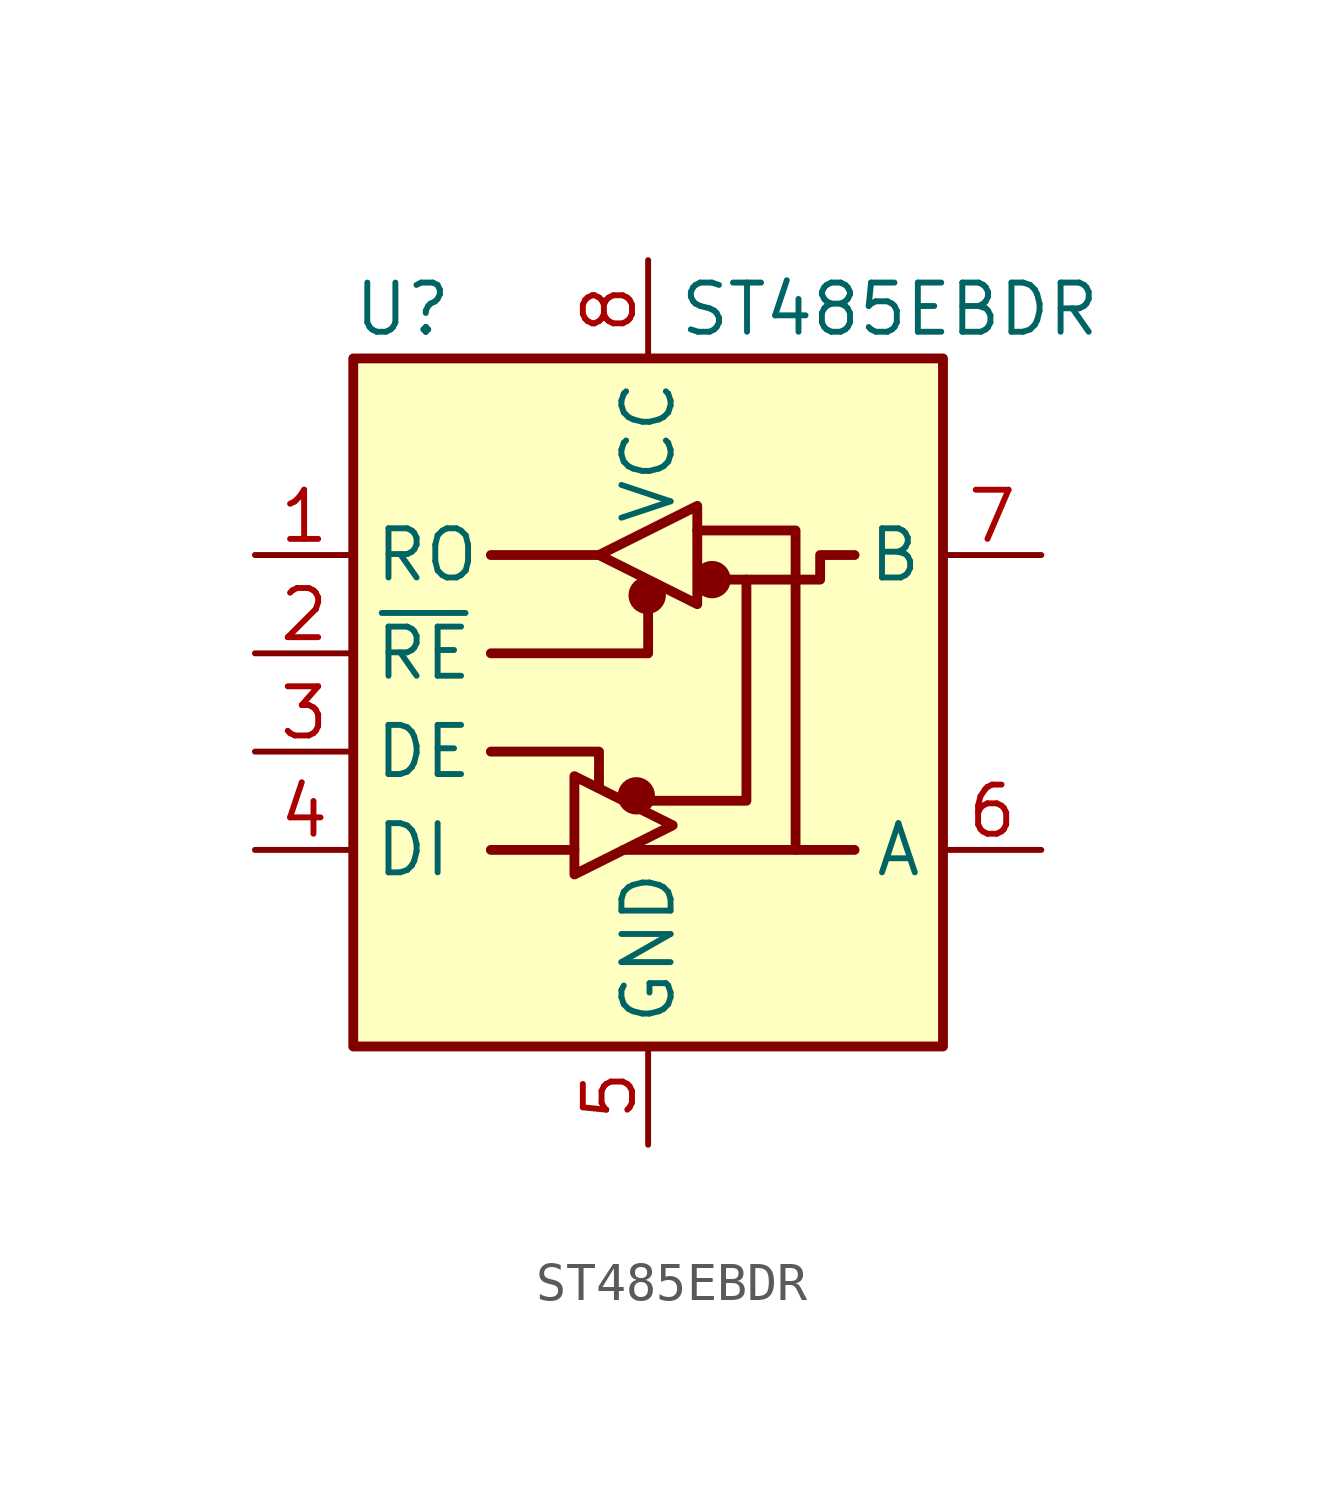
<source format=kicad_sym>
(kicad_symbol_lib
  (version 20211014)
  (generator kicad_symbol_editor)
  (symbol "ST485EBDR"
    (property "Reference" "U"
      (at -6.35 8.89 0)
      (effects (font (size 1.27 1.27))))
    (property "Value" "ST485EBDR"
      (at 0.762 8.89 0)
      (effects (font (size 1.27 1.27)) (justify left)))
    (symbol "ST485EBDR_0_1"
      (rectangle (start -7.62 7.62) (end 7.62 -10.16) (stroke (width 0.254) (type default) (color 0 0 0 0)) (fill (type background)))
      (circle (center -0.305 -3.683) (radius 0.356) (stroke (width 0.254) (type default) (color 0 0 0 0)) (fill (type outline)))
      (circle (center -0.025 1.499) (radius 0.356) (stroke (width 0.254) (type default) (color 0 0 0 0)) (fill (type outline)))
      (polyline (pts (xy -4.064 -5.08) (xy -1.905 -5.08)) (stroke (width 0.254) (type default) (color 0 0 0 0)) (fill (type none)))
      (polyline (pts (xy -4.064 2.54) (xy -1.27 2.54)) (stroke (width 0.254) (type default) (color 0 0 0 0)) (fill (type none)))
      (polyline (pts (xy -1.27 -3.2) (xy -1.27 -3.454)) (stroke (width 0.254) (type default) (color 0 0 0 0)) (fill (type none)))
      (polyline (pts (xy -0.635 -5.08) (xy 5.334 -5.08)) (stroke (width 0.254) (type default) (color 0 0 0 0)) (fill (type none)))
      (polyline (pts (xy -4.064 -2.54) (xy -1.27 -2.54) (xy -1.27 -3.175)) (stroke (width 0.254) (type default) (color 0 0 0 0)) (fill (type none)))
      (polyline (pts (xy 0 1.27) (xy 0 0) (xy -4.064 0)) (stroke (width 0.254) (type default) (color 0 0 0 0)) (fill (type none)))
      (polyline (pts (xy 1.27 3.175) (xy 3.81 3.175) (xy 3.81 -5.08)) (stroke (width 0.254) (type default) (color 0 0 0 0)) (fill (type none)))
      (polyline (pts (xy 2.54 1.905) (xy 2.54 -3.81) (xy 0 -3.81)) (stroke (width 0.254) (type default) (color 0 0 0 0)) (fill (type none)))
      (polyline (pts (xy -1.905 -3.175) (xy -1.905 -5.715) (xy 0.635 -4.445) (xy -1.905 -3.175)) (stroke (width 0.254) (type default) (color 0 0 0 0)) (fill (type none)))
      (polyline (pts (xy -1.27 2.54) (xy 1.27 3.81) (xy 1.27 1.27) (xy -1.27 2.54)) (stroke (width 0.254) (type default) (color 0 0 0 0)) (fill (type none)))
      (polyline (pts (xy 1.905 1.905) (xy 4.445 1.905) (xy 4.445 2.54) (xy 5.334 2.54)) (stroke (width 0.254) (type default) (color 0 0 0 0)) (fill (type none)))
      (rectangle (start 1.27 3.175) (end 1.27 3.175) (stroke (width 0) (type default) (color 0 0 0 0)) (fill (type none)))
      (circle (center 1.651 1.905) (radius 0.356) (stroke (width 0.254) (type default) (color 0 0 0 0)) (fill (type outline))))
    (symbol "ST485EBDR_1_1"
      (pin output line (at -10.16 2.54 0) (length 2.54) (name "RO" (effects (font (size 1.27 1.27)))) (number "1" (effects (font (size 1.27 1.27)))))
      (pin input line (at -10.16 0 0) (length 2.54) (name "~{RE}" (effects (font (size 1.27 1.27)))) (number "2" (effects (font (size 1.27 1.27)))))
      (pin input line (at -10.16 -2.54 0) (length 2.54) (name "DE" (effects (font (size 1.27 1.27)))) (number "3" (effects (font (size 1.27 1.27)))))
      (pin input line (at -10.16 -5.08 0) (length 2.54) (name "DI" (effects (font (size 1.27 1.27)))) (number "4" (effects (font (size 1.27 1.27)))))
      (pin power_in line (at 0 -12.7 90) (length 2.54) (name "GND" (effects (font (size 1.27 1.27)))) (number "5" (effects (font (size 1.27 1.27)))))
      (pin bidirectional line (at 10.16 -5.08 180) (length 2.54) (name "A" (effects (font (size 1.27 1.27)))) (number "6" (effects (font (size 1.27 1.27)))))
      (pin bidirectional line (at 10.16 2.54 180) (length 2.54) (name "B" (effects (font (size 1.27 1.27)))) (number "7" (effects (font (size 1.27 1.27)))))
      (pin power_in line (at 0 10.16 270) (length 2.54) (name "VCC" (effects (font (size 1.27 1.27)))) (number "8" (effects (font (size 1.27 1.27))))))))
</source>
